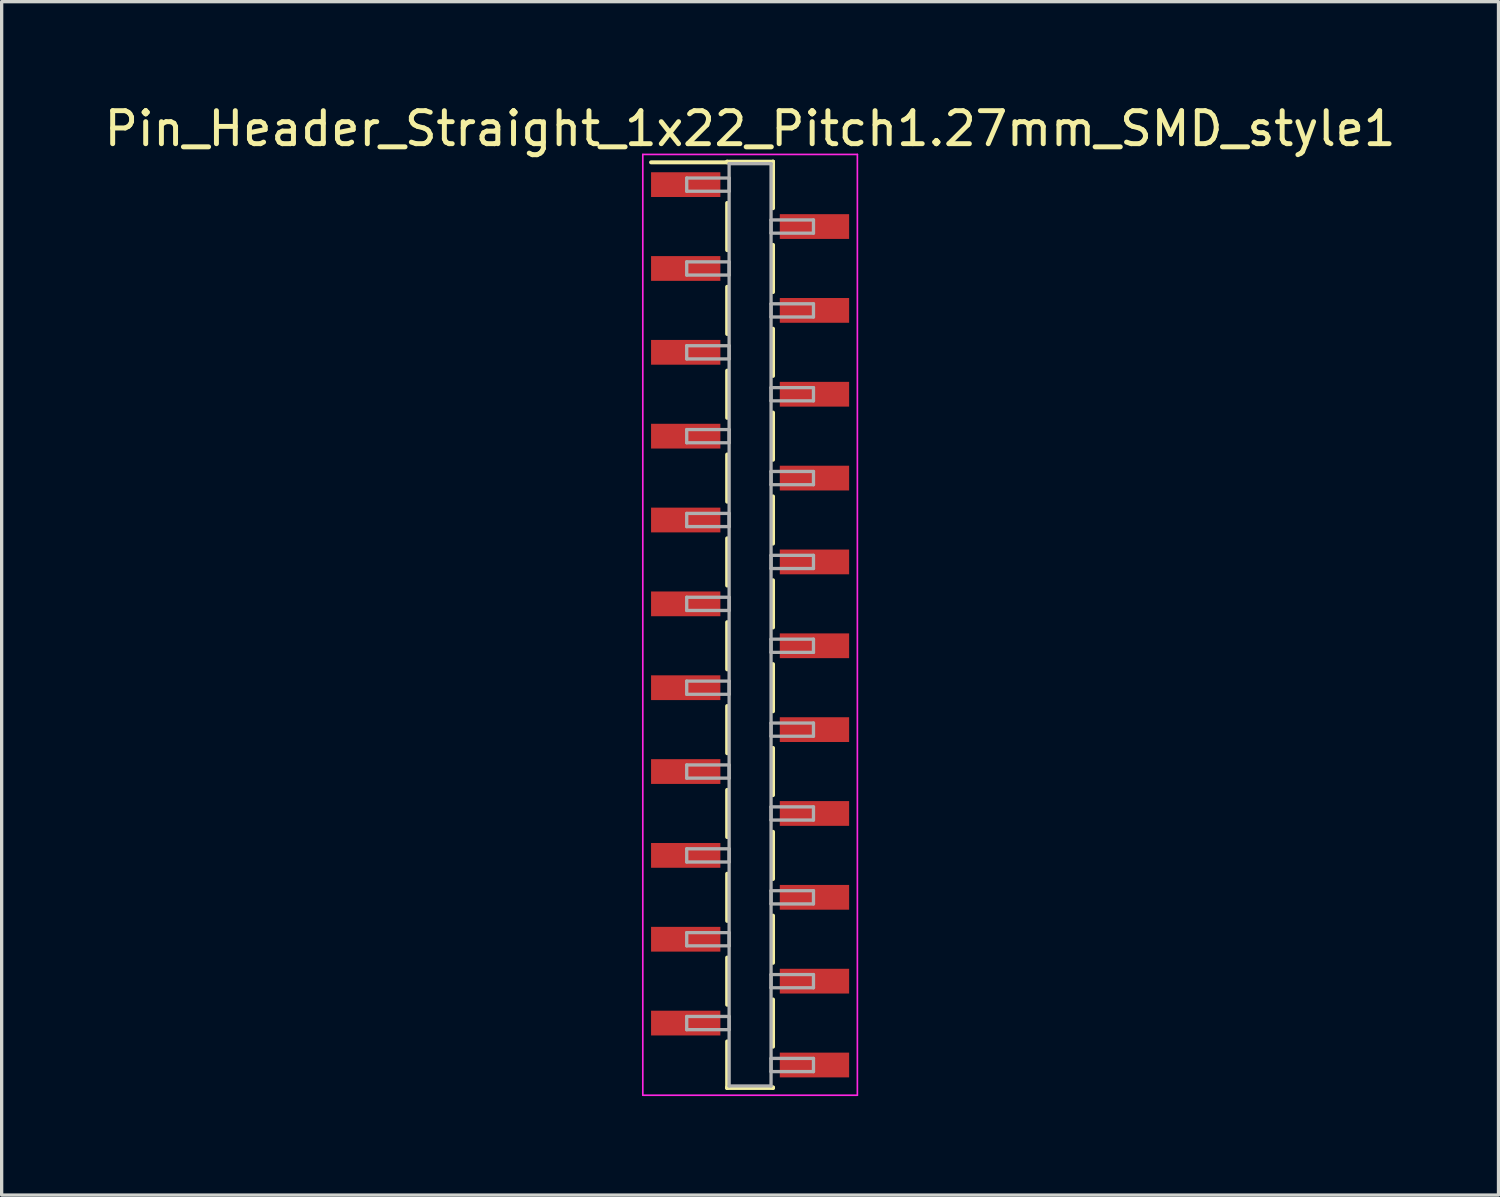
<source format=kicad_pcb>
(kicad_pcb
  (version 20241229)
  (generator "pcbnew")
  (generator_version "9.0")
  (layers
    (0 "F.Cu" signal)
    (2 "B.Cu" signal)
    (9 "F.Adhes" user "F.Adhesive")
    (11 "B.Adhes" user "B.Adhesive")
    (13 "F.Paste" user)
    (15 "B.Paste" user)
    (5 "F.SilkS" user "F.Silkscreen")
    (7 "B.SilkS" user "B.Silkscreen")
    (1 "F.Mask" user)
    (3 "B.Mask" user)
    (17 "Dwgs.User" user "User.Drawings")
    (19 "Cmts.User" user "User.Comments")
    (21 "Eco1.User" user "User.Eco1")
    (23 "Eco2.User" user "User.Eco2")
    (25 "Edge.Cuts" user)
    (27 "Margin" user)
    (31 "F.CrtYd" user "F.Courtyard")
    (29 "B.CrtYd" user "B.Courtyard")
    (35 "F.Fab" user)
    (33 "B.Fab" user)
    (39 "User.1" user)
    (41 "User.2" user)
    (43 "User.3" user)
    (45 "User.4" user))
  (footprint "Pin_Header_Straight_1x22_Pitch1.27mm_SMD_style1"
    (layer "F.Cu")
    (at 19.673 15.878)
    (property "Reference" "Pin_Header_Straight_1x22_Pitch1.27mm_SMD_style1" (at 0 -15.03 0) (layer "F.SilkS") (effects (font (size 1 1) (thickness 0.15))))
    (attr smd)
    (fp_line (start -0.695 -14.03) (end 0.695 -14.03) (stroke (width 0.12) (type solid)) (layer "F.SilkS"))
    (fp_line (start -0.695 -14.01) (end -3 -14.01) (stroke (width 0.12) (type solid)) (layer "F.SilkS"))
    (fp_line (start -0.695 -14.01) (end -0.695 -14.03) (stroke (width 0.12) (type solid)) (layer "F.SilkS"))
    (fp_line (start -0.695 -12.78) (end -0.695 -11.35) (stroke (width 0.12) (type solid)) (layer "F.SilkS"))
    (fp_line (start -0.695 -10.24) (end -0.695 -8.81) (stroke (width 0.12) (type solid)) (layer "F.SilkS"))
    (fp_line (start -0.695 -7.7) (end -0.695 -6.27) (stroke (width 0.12) (type solid)) (layer "F.SilkS"))
    (fp_line (start -0.695 -5.16) (end -0.695 -3.73) (stroke (width 0.12) (type solid)) (layer "F.SilkS"))
    (fp_line (start -0.695 -2.62) (end -0.695 -1.19) (stroke (width 0.12) (type solid)) (layer "F.SilkS"))
    (fp_line (start -0.695 -0.08) (end -0.695 1.35) (stroke (width 0.12) (type solid)) (layer "F.SilkS"))
    (fp_line (start -0.695 2.46) (end -0.695 3.89) (stroke (width 0.12) (type solid)) (layer "F.SilkS"))
    (fp_line (start -0.695 5) (end -0.695 6.43) (stroke (width 0.12) (type solid)) (layer "F.SilkS"))
    (fp_line (start -0.695 7.54) (end -0.695 8.97) (stroke (width 0.12) (type solid)) (layer "F.SilkS"))
    (fp_line (start -0.695 10.08) (end -0.695 11.51) (stroke (width 0.12) (type solid)) (layer "F.SilkS"))
    (fp_line (start -0.695 12.62) (end -0.695 14.03) (stroke (width 0.12) (type solid)) (layer "F.SilkS"))
    (fp_line (start -0.695 14.01) (end -0.695 14.03) (stroke (width 0.12) (type solid)) (layer "F.SilkS"))
    (fp_line (start -0.695 14.03) (end 0.695 14.03) (stroke (width 0.12) (type solid)) (layer "F.SilkS"))
    (fp_line (start 0.695 -14.03) (end 0.695 -14.01) (stroke (width 0.12) (type solid)) (layer "F.SilkS"))
    (fp_line (start 0.695 -14.03) (end 0.695 -12.62) (stroke (width 0.12) (type solid)) (layer "F.SilkS"))
    (fp_line (start 0.695 -11.51) (end 0.695 -10.08) (stroke (width 0.12) (type solid)) (layer "F.SilkS"))
    (fp_line (start 0.695 -8.97) (end 0.695 -7.54) (stroke (width 0.12) (type solid)) (layer "F.SilkS"))
    (fp_line (start 0.695 -6.43) (end 0.695 -5) (stroke (width 0.12) (type solid)) (layer "F.SilkS"))
    (fp_line (start 0.695 -3.89) (end 0.695 -2.46) (stroke (width 0.12) (type solid)) (layer "F.SilkS"))
    (fp_line (start 0.695 -1.35) (end 0.695 0.08) (stroke (width 0.12) (type solid)) (layer "F.SilkS"))
    (fp_line (start 0.695 1.19) (end 0.695 2.62) (stroke (width 0.12) (type solid)) (layer "F.SilkS"))
    (fp_line (start 0.695 3.73) (end 0.695 5.16) (stroke (width 0.12) (type solid)) (layer "F.SilkS"))
    (fp_line (start 0.695 6.27) (end 0.695 7.7) (stroke (width 0.12) (type solid)) (layer "F.SilkS"))
    (fp_line (start 0.695 8.81) (end 0.695 10.24) (stroke (width 0.12) (type solid)) (layer "F.SilkS"))
    (fp_line (start 0.695 11.35) (end 0.695 12.78) (stroke (width 0.12) (type solid)) (layer "F.SilkS"))
    (fp_line (start 0.695 14.03) (end 0.695 14.01) (stroke (width 0.12) (type solid)) (layer "F.SilkS"))
    (fp_line (start -3.25 -14.25) (end -3.25 14.25) (stroke (width 0.05) (type solid)) (layer "F.CrtYd"))
    (fp_line (start -3.25 14.25) (end 3.25 14.25) (stroke (width 0.05) (type solid)) (layer "F.CrtYd"))
    (fp_line (start 3.25 -14.25) (end -3.25 -14.25) (stroke (width 0.05) (type solid)) (layer "F.CrtYd"))
    (fp_line (start 3.25 14.25) (end 3.25 -14.25) (stroke (width 0.05) (type solid)) (layer "F.CrtYd"))
    (fp_line (start -1.92 -13.535) (end -0.635 -13.535) (stroke (width 0.1) (type solid)) (layer "F.Fab"))
    (fp_line (start -1.92 -13.135) (end -1.92 -13.535) (stroke (width 0.1) (type solid)) (layer "F.Fab"))
    (fp_line (start -1.92 -10.995) (end -0.635 -10.995) (stroke (width 0.1) (type solid)) (layer "F.Fab"))
    (fp_line (start -1.92 -10.595) (end -1.92 -10.995) (stroke (width 0.1) (type solid)) (layer "F.Fab"))
    (fp_line (start -1.92 -8.455) (end -0.635 -8.455) (stroke (width 0.1) (type solid)) (layer "F.Fab"))
    (fp_line (start -1.92 -8.055) (end -1.92 -8.455) (stroke (width 0.1) (type solid)) (layer "F.Fab"))
    (fp_line (start -1.92 -5.915) (end -0.635 -5.915) (stroke (width 0.1) (type solid)) (layer "F.Fab"))
    (fp_line (start -1.92 -5.515) (end -1.92 -5.915) (stroke (width 0.1) (type solid)) (layer "F.Fab"))
    (fp_line (start -1.92 -3.375) (end -0.635 -3.375) (stroke (width 0.1) (type solid)) (layer "F.Fab"))
    (fp_line (start -1.92 -2.975) (end -1.92 -3.375) (stroke (width 0.1) (type solid)) (layer "F.Fab"))
    (fp_line (start -1.92 -0.835) (end -0.635 -0.835) (stroke (width 0.1) (type solid)) (layer "F.Fab"))
    (fp_line (start -1.92 -0.435) (end -1.92 -0.835) (stroke (width 0.1) (type solid)) (layer "F.Fab"))
    (fp_line (start -1.92 1.705) (end -0.635 1.705) (stroke (width 0.1) (type solid)) (layer "F.Fab"))
    (fp_line (start -1.92 2.105) (end -1.92 1.705) (stroke (width 0.1) (type solid)) (layer "F.Fab"))
    (fp_line (start -1.92 4.245) (end -0.635 4.245) (stroke (width 0.1) (type solid)) (layer "F.Fab"))
    (fp_line (start -1.92 4.645) (end -1.92 4.245) (stroke (width 0.1) (type solid)) (layer "F.Fab"))
    (fp_line (start -1.92 6.785) (end -0.635 6.785) (stroke (width 0.1) (type solid)) (layer "F.Fab"))
    (fp_line (start -1.92 7.185) (end -1.92 6.785) (stroke (width 0.1) (type solid)) (layer "F.Fab"))
    (fp_line (start -1.92 9.325) (end -0.635 9.325) (stroke (width 0.1) (type solid)) (layer "F.Fab"))
    (fp_line (start -1.92 9.725) (end -1.92 9.325) (stroke (width 0.1) (type solid)) (layer "F.Fab"))
    (fp_line (start -1.92 11.865) (end -0.635 11.865) (stroke (width 0.1) (type solid)) (layer "F.Fab"))
    (fp_line (start -1.92 12.265) (end -1.92 11.865) (stroke (width 0.1) (type solid)) (layer "F.Fab"))
    (fp_line (start -0.635 -13.97) (end -0.635 13.97) (stroke (width 0.1) (type solid)) (layer "F.Fab"))
    (fp_line (start -0.635 -13.535) (end -0.635 -13.135) (stroke (width 0.1) (type solid)) (layer "F.Fab"))
    (fp_line (start -0.635 -13.135) (end -1.92 -13.135) (stroke (width 0.1) (type solid)) (layer "F.Fab"))
    (fp_line (start -0.635 -10.995) (end -0.635 -10.595) (stroke (width 0.1) (type solid)) (layer "F.Fab"))
    (fp_line (start -0.635 -10.595) (end -1.92 -10.595) (stroke (width 0.1) (type solid)) (layer "F.Fab"))
    (fp_line (start -0.635 -8.455) (end -0.635 -8.055) (stroke (width 0.1) (type solid)) (layer "F.Fab"))
    (fp_line (start -0.635 -8.055) (end -1.92 -8.055) (stroke (width 0.1) (type solid)) (layer "F.Fab"))
    (fp_line (start -0.635 -5.915) (end -0.635 -5.515) (stroke (width 0.1) (type solid)) (layer "F.Fab"))
    (fp_line (start -0.635 -5.515) (end -1.92 -5.515) (stroke (width 0.1) (type solid)) (layer "F.Fab"))
    (fp_line (start -0.635 -3.375) (end -0.635 -2.975) (stroke (width 0.1) (type solid)) (layer "F.Fab"))
    (fp_line (start -0.635 -2.975) (end -1.92 -2.975) (stroke (width 0.1) (type solid)) (layer "F.Fab"))
    (fp_line (start -0.635 -0.835) (end -0.635 -0.435) (stroke (width 0.1) (type solid)) (layer "F.Fab"))
    (fp_line (start -0.635 -0.435) (end -1.92 -0.435) (stroke (width 0.1) (type solid)) (layer "F.Fab"))
    (fp_line (start -0.635 1.705) (end -0.635 2.105) (stroke (width 0.1) (type solid)) (layer "F.Fab"))
    (fp_line (start -0.635 2.105) (end -1.92 2.105) (stroke (width 0.1) (type solid)) (layer "F.Fab"))
    (fp_line (start -0.635 4.245) (end -0.635 4.645) (stroke (width 0.1) (type solid)) (layer "F.Fab"))
    (fp_line (start -0.635 4.645) (end -1.92 4.645) (stroke (width 0.1) (type solid)) (layer "F.Fab"))
    (fp_line (start -0.635 6.785) (end -0.635 7.185) (stroke (width 0.1) (type solid)) (layer "F.Fab"))
    (fp_line (start -0.635 7.185) (end -1.92 7.185) (stroke (width 0.1) (type solid)) (layer "F.Fab"))
    (fp_line (start -0.635 9.325) (end -0.635 9.725) (stroke (width 0.1) (type solid)) (layer "F.Fab"))
    (fp_line (start -0.635 9.725) (end -1.92 9.725) (stroke (width 0.1) (type solid)) (layer "F.Fab"))
    (fp_line (start -0.635 11.865) (end -0.635 12.265) (stroke (width 0.1) (type solid)) (layer "F.Fab"))
    (fp_line (start -0.635 12.265) (end -1.92 12.265) (stroke (width 0.1) (type solid)) (layer "F.Fab"))
    (fp_line (start -0.635 13.97) (end 0.635 13.97) (stroke (width 0.1) (type solid)) (layer "F.Fab"))
    (fp_line (start 0.635 -13.97) (end -0.635 -13.97) (stroke (width 0.1) (type solid)) (layer "F.Fab"))
    (fp_line (start 0.635 -12.265) (end 0.635 -11.865) (stroke (width 0.1) (type solid)) (layer "F.Fab"))
    (fp_line (start 0.635 -11.865) (end 1.92 -11.865) (stroke (width 0.1) (type solid)) (layer "F.Fab"))
    (fp_line (start 0.635 -9.725) (end 0.635 -9.325) (stroke (width 0.1) (type solid)) (layer "F.Fab"))
    (fp_line (start 0.635 -9.325) (end 1.92 -9.325) (stroke (width 0.1) (type solid)) (layer "F.Fab"))
    (fp_line (start 0.635 -7.185) (end 0.635 -6.785) (stroke (width 0.1) (type solid)) (layer "F.Fab"))
    (fp_line (start 0.635 -6.785) (end 1.92 -6.785) (stroke (width 0.1) (type solid)) (layer "F.Fab"))
    (fp_line (start 0.635 -4.645) (end 0.635 -4.245) (stroke (width 0.1) (type solid)) (layer "F.Fab"))
    (fp_line (start 0.635 -4.245) (end 1.92 -4.245) (stroke (width 0.1) (type solid)) (layer "F.Fab"))
    (fp_line (start 0.635 -2.105) (end 0.635 -1.705) (stroke (width 0.1) (type solid)) (layer "F.Fab"))
    (fp_line (start 0.635 -1.705) (end 1.92 -1.705) (stroke (width 0.1) (type solid)) (layer "F.Fab"))
    (fp_line (start 0.635 0.435) (end 0.635 0.835) (stroke (width 0.1) (type solid)) (layer "F.Fab"))
    (fp_line (start 0.635 0.835) (end 1.92 0.835) (stroke (width 0.1) (type solid)) (layer "F.Fab"))
    (fp_line (start 0.635 2.975) (end 0.635 3.375) (stroke (width 0.1) (type solid)) (layer "F.Fab"))
    (fp_line (start 0.635 3.375) (end 1.92 3.375) (stroke (width 0.1) (type solid)) (layer "F.Fab"))
    (fp_line (start 0.635 5.515) (end 0.635 5.915) (stroke (width 0.1) (type solid)) (layer "F.Fab"))
    (fp_line (start 0.635 5.915) (end 1.92 5.915) (stroke (width 0.1) (type solid)) (layer "F.Fab"))
    (fp_line (start 0.635 8.055) (end 0.635 8.455) (stroke (width 0.1) (type solid)) (layer "F.Fab"))
    (fp_line (start 0.635 8.455) (end 1.92 8.455) (stroke (width 0.1) (type solid)) (layer "F.Fab"))
    (fp_line (start 0.635 10.595) (end 0.635 10.995) (stroke (width 0.1) (type solid)) (layer "F.Fab"))
    (fp_line (start 0.635 10.995) (end 1.92 10.995) (stroke (width 0.1) (type solid)) (layer "F.Fab"))
    (fp_line (start 0.635 13.135) (end 0.635 13.535) (stroke (width 0.1) (type solid)) (layer "F.Fab"))
    (fp_line (start 0.635 13.535) (end 1.92 13.535) (stroke (width 0.1) (type solid)) (layer "F.Fab"))
    (fp_line (start 0.635 13.97) (end 0.635 -13.97) (stroke (width 0.1) (type solid)) (layer "F.Fab"))
    (fp_line (start 1.92 -12.265) (end 0.635 -12.265) (stroke (width 0.1) (type solid)) (layer "F.Fab"))
    (fp_line (start 1.92 -11.865) (end 1.92 -12.265) (stroke (width 0.1) (type solid)) (layer "F.Fab"))
    (fp_line (start 1.92 -9.725) (end 0.635 -9.725) (stroke (width 0.1) (type solid)) (layer "F.Fab"))
    (fp_line (start 1.92 -9.325) (end 1.92 -9.725) (stroke (width 0.1) (type solid)) (layer "F.Fab"))
    (fp_line (start 1.92 -7.185) (end 0.635 -7.185) (stroke (width 0.1) (type solid)) (layer "F.Fab"))
    (fp_line (start 1.92 -6.785) (end 1.92 -7.185) (stroke (width 0.1) (type solid)) (layer "F.Fab"))
    (fp_line (start 1.92 -4.645) (end 0.635 -4.645) (stroke (width 0.1) (type solid)) (layer "F.Fab"))
    (fp_line (start 1.92 -4.245) (end 1.92 -4.645) (stroke (width 0.1) (type solid)) (layer "F.Fab"))
    (fp_line (start 1.92 -2.105) (end 0.635 -2.105) (stroke (width 0.1) (type solid)) (layer "F.Fab"))
    (fp_line (start 1.92 -1.705) (end 1.92 -2.105) (stroke (width 0.1) (type solid)) (layer "F.Fab"))
    (fp_line (start 1.92 0.435) (end 0.635 0.435) (stroke (width 0.1) (type solid)) (layer "F.Fab"))
    (fp_line (start 1.92 0.835) (end 1.92 0.435) (stroke (width 0.1) (type solid)) (layer "F.Fab"))
    (fp_line (start 1.92 2.975) (end 0.635 2.975) (stroke (width 0.1) (type solid)) (layer "F.Fab"))
    (fp_line (start 1.92 3.375) (end 1.92 2.975) (stroke (width 0.1) (type solid)) (layer "F.Fab"))
    (fp_line (start 1.92 5.515) (end 0.635 5.515) (stroke (width 0.1) (type solid)) (layer "F.Fab"))
    (fp_line (start 1.92 5.915) (end 1.92 5.515) (stroke (width 0.1) (type solid)) (layer "F.Fab"))
    (fp_line (start 1.92 8.055) (end 0.635 8.055) (stroke (width 0.1) (type solid)) (layer "F.Fab"))
    (fp_line (start 1.92 8.455) (end 1.92 8.055) (stroke (width 0.1) (type solid)) (layer "F.Fab"))
    (fp_line (start 1.92 10.595) (end 0.635 10.595) (stroke (width 0.1) (type solid)) (layer "F.Fab"))
    (fp_line (start 1.92 10.995) (end 1.92 10.595) (stroke (width 0.1) (type solid)) (layer "F.Fab"))
    (fp_line (start 1.92 13.135) (end 0.635 13.135) (stroke (width 0.1) (type solid)) (layer "F.Fab"))
    (fp_line (start 1.92 13.535) (end 1.92 13.135) (stroke (width 0.1) (type solid)) (layer "F.Fab"))
    (pad "1" smd rect (at -1.95 -13.335) (size 2.1 0.75) (layers "F.Cu" "F.Mask"))
    (pad "2" smd rect (at 1.95 -12.065) (size 2.1 0.75) (layers "F.Cu" "F.Mask"))
    (pad "3" smd rect (at -1.95 -10.795) (size 2.1 0.75) (layers "F.Cu" "F.Mask"))
    (pad "4" smd rect (at 1.95 -9.525) (size 2.1 0.75) (layers "F.Cu" "F.Mask"))
    (pad "5" smd rect (at -1.95 -8.255) (size 2.1 0.75) (layers "F.Cu" "F.Mask"))
    (pad "6" smd rect (at 1.95 -6.985) (size 2.1 0.75) (layers "F.Cu" "F.Mask"))
    (pad "7" smd rect (at -1.95 -5.715) (size 2.1 0.75) (layers "F.Cu" "F.Mask"))
    (pad "8" smd rect (at 1.95 -4.445) (size 2.1 0.75) (layers "F.Cu" "F.Mask"))
    (pad "9" smd rect (at -1.95 -3.175) (size 2.1 0.75) (layers "F.Cu" "F.Mask"))
    (pad "10" smd rect (at 1.95 -1.905) (size 2.1 0.75) (layers "F.Cu" "F.Mask"))
    (pad "11" smd rect (at -1.95 -0.635) (size 2.1 0.75) (layers "F.Cu" "F.Mask"))
    (pad "12" smd rect (at 1.95 0.635) (size 2.1 0.75) (layers "F.Cu" "F.Mask"))
    (pad "13" smd rect (at -1.95 1.905) (size 2.1 0.75) (layers "F.Cu" "F.Mask"))
    (pad "14" smd rect (at 1.95 3.175) (size 2.1 0.75) (layers "F.Cu" "F.Mask"))
    (pad "15" smd rect (at -1.95 4.445) (size 2.1 0.75) (layers "F.Cu" "F.Mask"))
    (pad "16" smd rect (at 1.95 5.715) (size 2.1 0.75) (layers "F.Cu" "F.Mask"))
    (pad "17" smd rect (at -1.95 6.985) (size 2.1 0.75) (layers "F.Cu" "F.Mask"))
    (pad "18" smd rect (at 1.95 8.255) (size 2.1 0.75) (layers "F.Cu" "F.Mask"))
    (pad "19" smd rect (at -1.95 9.525) (size 2.1 0.75) (layers "F.Cu" "F.Mask"))
    (pad "20" smd rect (at 1.95 10.795) (size 2.1 0.75) (layers "F.Cu" "F.Mask"))
    (pad "21" smd rect (at -1.95 12.065) (size 2.1 0.75) (layers "F.Cu" "F.Mask"))
    (pad "22" smd rect (at 1.95 13.335) (size 2.1 0.75) (layers "F.Cu" "F.Mask")))
  (gr_rect
    (start -3 -3)
    (end 42.345 33.153)
    (stroke (width 0.1) (type default))
    (fill no)
    (layer "Edge.Cuts")))
</source>
